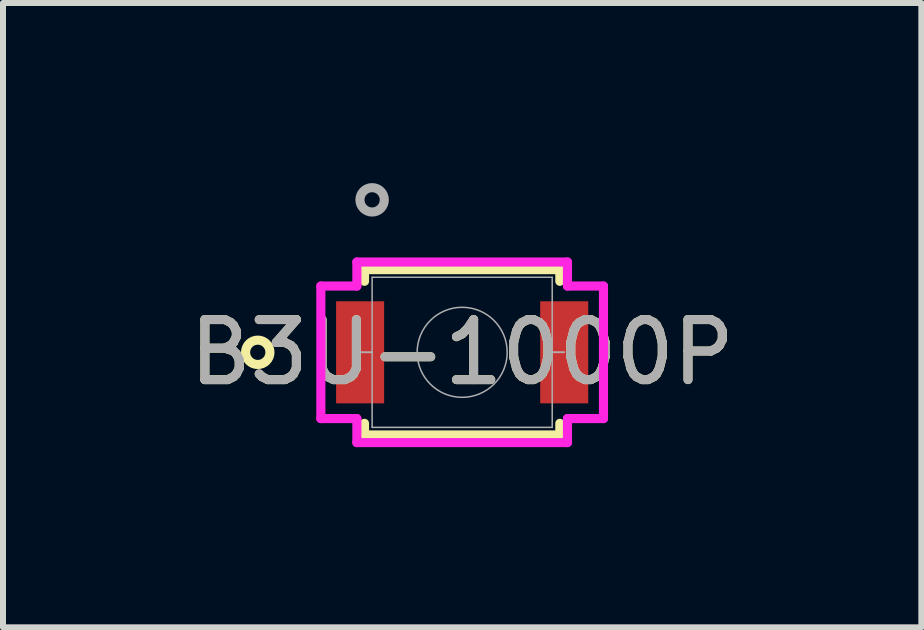
<source format=kicad_pcb>
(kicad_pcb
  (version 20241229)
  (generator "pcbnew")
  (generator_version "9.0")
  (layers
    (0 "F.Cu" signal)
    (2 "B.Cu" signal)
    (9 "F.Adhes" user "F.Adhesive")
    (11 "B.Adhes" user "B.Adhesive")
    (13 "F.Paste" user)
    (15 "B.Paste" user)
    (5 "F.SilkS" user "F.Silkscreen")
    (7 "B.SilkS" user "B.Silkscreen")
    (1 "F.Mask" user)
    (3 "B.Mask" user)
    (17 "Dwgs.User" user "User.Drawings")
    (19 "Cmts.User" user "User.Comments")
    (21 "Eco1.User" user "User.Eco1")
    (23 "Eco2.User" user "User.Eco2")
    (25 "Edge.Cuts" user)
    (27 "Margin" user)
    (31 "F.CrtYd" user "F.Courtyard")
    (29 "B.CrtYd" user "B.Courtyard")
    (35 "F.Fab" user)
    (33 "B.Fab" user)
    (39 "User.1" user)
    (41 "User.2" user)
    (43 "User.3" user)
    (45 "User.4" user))
  (footprint "B3U-1000P"
    (layer "F.Cu")
    (at 4.649 2.819)
    (property "Reference" "B3U-1000P" (at 0 0 0) (unlocked yes) (layer "F.SilkS") (effects (font (size 1 1) (thickness 0.15))))
    (attr smd)
    (fp_line (start -1.627 -1.377) (end -1.627 -1.183) (stroke (width 0.152) (type solid)) (layer "F.SilkS"))
    (fp_line (start -1.627 1.183) (end -1.627 1.377) (stroke (width 0.152) (type solid)) (layer "F.SilkS"))
    (fp_line (start -1.627 1.377) (end 1.627 1.377) (stroke (width 0.152) (type solid)) (layer "F.SilkS"))
    (fp_line (start 1.627 -1.377) (end -1.627 -1.377) (stroke (width 0.152) (type solid)) (layer "F.SilkS"))
    (fp_line (start 1.627 -1.183) (end 1.627 -1.377) (stroke (width 0.152) (type solid)) (layer "F.SilkS"))
    (fp_line (start 1.627 1.377) (end 1.627 1.183) (stroke (width 0.152) (type solid)) (layer "F.SilkS"))
    (fp_circle (center -3.405 0) (end -3.202 0) (stroke (width 0.152) (type solid)) (fill no) (layer "F.SilkS"))
    (fp_line (start -2.354 -1.104) (end -1.754 -1.104) (stroke (width 0.152) (type solid)) (layer "F.CrtYd"))
    (fp_line (start -2.354 1.104) (end -2.354 -1.104) (stroke (width 0.152) (type solid)) (layer "F.CrtYd"))
    (fp_line (start -2.354 1.104) (end -1.754 1.104) (stroke (width 0.152) (type solid)) (layer "F.CrtYd"))
    (fp_line (start -1.754 -1.504) (end 1.754 -1.504) (stroke (width 0.152) (type solid)) (layer "F.CrtYd"))
    (fp_line (start -1.754 -1.104) (end -1.754 -1.504) (stroke (width 0.152) (type solid)) (layer "F.CrtYd"))
    (fp_line (start -1.754 1.504) (end -1.754 1.104) (stroke (width 0.152) (type solid)) (layer "F.CrtYd"))
    (fp_line (start 1.754 -1.504) (end 1.754 -1.104) (stroke (width 0.152) (type solid)) (layer "F.CrtYd"))
    (fp_line (start 1.754 1.104) (end 1.754 1.504) (stroke (width 0.152) (type solid)) (layer "F.CrtYd"))
    (fp_line (start 1.754 1.504) (end -1.754 1.504) (stroke (width 0.152) (type solid)) (layer "F.CrtYd"))
    (fp_line (start 2.354 -1.104) (end 1.754 -1.104) (stroke (width 0.152) (type solid)) (layer "F.CrtYd"))
    (fp_line (start 2.354 -1.104) (end 2.354 1.104) (stroke (width 0.152) (type solid)) (layer "F.CrtYd"))
    (fp_line (start 2.354 1.104) (end 1.754 1.104) (stroke (width 0.152) (type solid)) (layer "F.CrtYd"))
    (fp_line (start -1.7 0) (end -1.7 0) (stroke (width 0.025) (type solid)) (layer "F.Fab"))
    (fp_line (start -1.7 0) (end -1.5 0) (stroke (width 0.025) (type solid)) (layer "F.Fab"))
    (fp_line (start -1.5 -1.25) (end -1.5 1.25) (stroke (width 0.025) (type solid)) (layer "F.Fab"))
    (fp_line (start -1.5 0) (end -1.7 0) (stroke (width 0.025) (type solid)) (layer "F.Fab"))
    (fp_line (start -1.5 0) (end -1.5 0) (stroke (width 0.025) (type solid)) (layer "F.Fab"))
    (fp_line (start -1.5 1.25) (end 1.5 1.25) (stroke (width 0.025) (type solid)) (layer "F.Fab"))
    (fp_line (start 1.5 -1.25) (end -1.5 -1.25) (stroke (width 0.025) (type solid)) (layer "F.Fab"))
    (fp_line (start 1.5 0) (end 1.5 0) (stroke (width 0.025) (type solid)) (layer "F.Fab"))
    (fp_line (start 1.5 0) (end 1.7 0) (stroke (width 0.025) (type solid)) (layer "F.Fab"))
    (fp_line (start 1.5 1.25) (end 1.5 -1.25) (stroke (width 0.025) (type solid)) (layer "F.Fab"))
    (fp_line (start 1.7 0) (end 1.5 0) (stroke (width 0.025) (type solid)) (layer "F.Fab"))
    (fp_line (start 1.7 0) (end 1.7 0) (stroke (width 0.025) (type solid)) (layer "F.Fab"))
    (fp_circle (center -1.5 -2.54) (end -1.297 -2.54) (stroke (width 0.152) (type solid)) (fill no) (layer "F.Fab"))
    (fp_circle (center 0 0) (end 0.75 0) (stroke (width 0.025) (type solid)) (fill no) (layer "F.Fab"))
    (fp_text user "${REFERENCE}" (at 0 0 0) (unlocked yes) (layer "F.Fab") (effects (font (size 1 1) (thickness 0.15))))
    (pad "1" smd rect (at -1.7 0) (size 0.8 1.7) (layers "F.Cu" "F.Mask" "F.Paste"))
    (pad "2" smd rect (at 1.7 0) (size 0.8 1.7) (layers "F.Cu" "F.Mask" "F.Paste")))
  (gr_rect
    (start -3 -3)
    (end 12.298 7.4)
    (stroke (width 0.1) (type default))
    (fill no)
    (layer "Edge.Cuts")))
</source>
